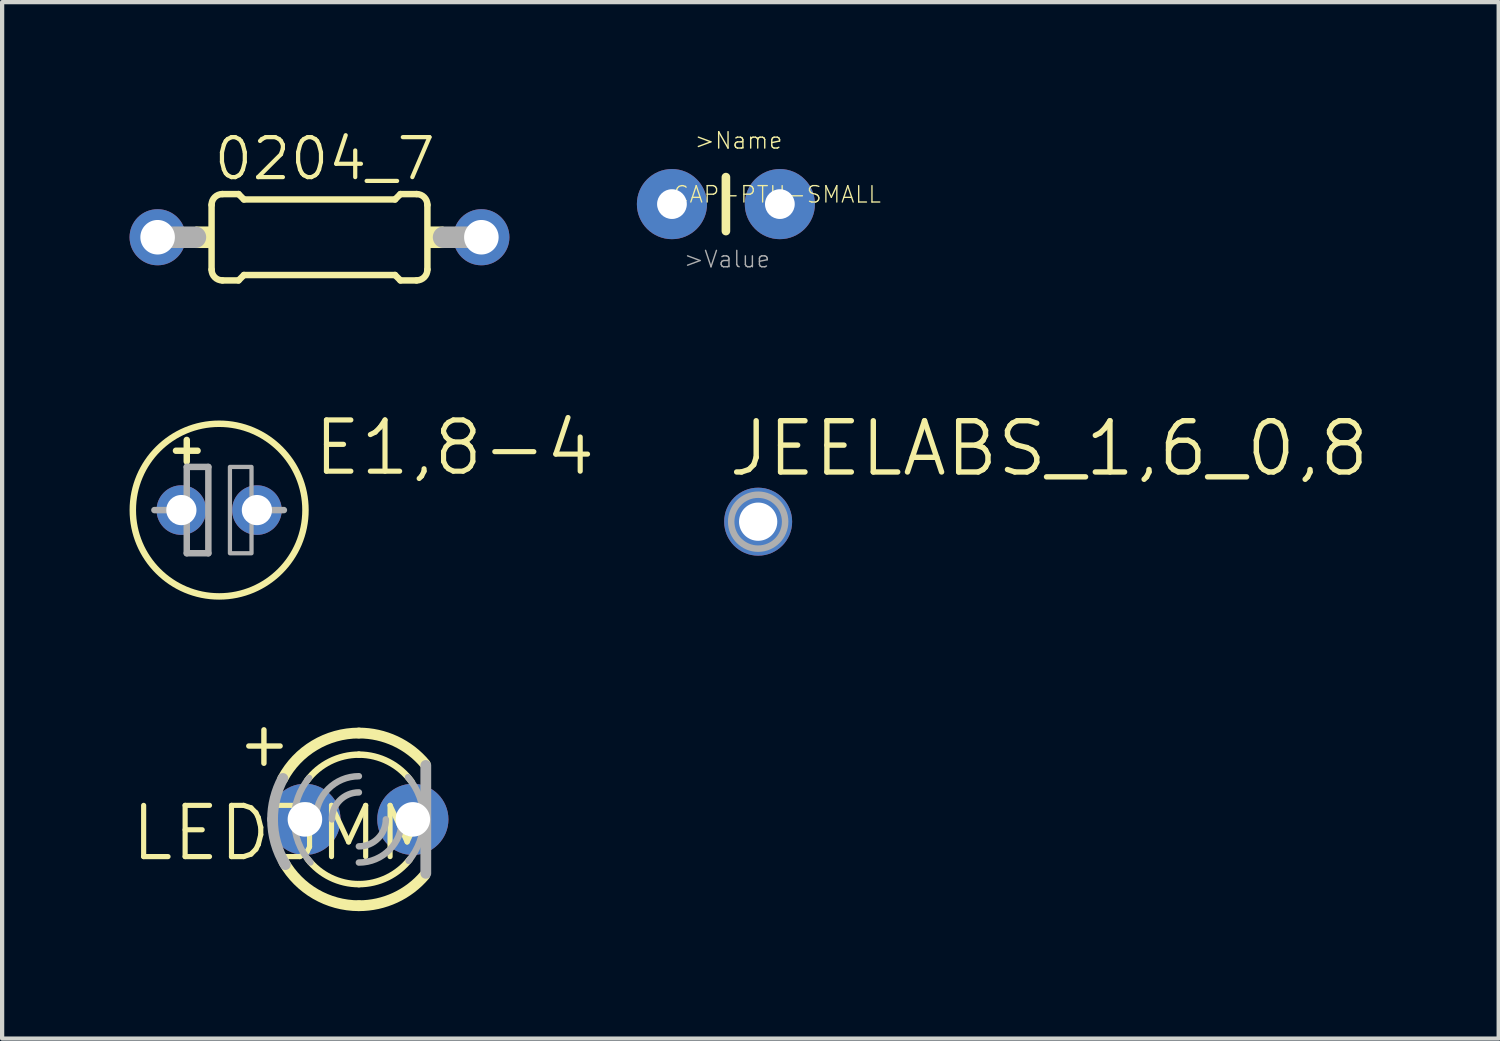
<source format=kicad_pcb>
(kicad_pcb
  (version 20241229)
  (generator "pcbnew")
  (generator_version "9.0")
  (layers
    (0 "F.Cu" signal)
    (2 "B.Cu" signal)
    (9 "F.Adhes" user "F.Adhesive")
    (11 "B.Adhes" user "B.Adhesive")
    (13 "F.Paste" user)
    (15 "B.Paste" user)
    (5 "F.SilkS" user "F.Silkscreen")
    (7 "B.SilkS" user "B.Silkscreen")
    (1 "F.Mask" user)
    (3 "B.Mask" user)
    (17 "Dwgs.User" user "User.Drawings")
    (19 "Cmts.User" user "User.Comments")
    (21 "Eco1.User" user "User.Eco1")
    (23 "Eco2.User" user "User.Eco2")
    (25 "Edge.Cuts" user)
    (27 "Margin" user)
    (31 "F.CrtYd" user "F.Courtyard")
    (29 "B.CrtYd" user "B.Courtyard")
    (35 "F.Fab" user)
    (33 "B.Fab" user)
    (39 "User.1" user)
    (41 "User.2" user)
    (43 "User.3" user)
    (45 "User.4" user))
  (footprint "LED3MM"
    (layer "F.Cu")
    (at 5.397 16.236)
    (property "Reference" "LED3MM" (at 1.905 -0.381 180) (layer "F.SilkS") (effects (font (size 1.206 1.206) (thickness 0.121)) (justify right top)))
    (attr through_hole)
    (fp_line (start -2.591 -1.727) (end -1.854 -1.727) (stroke (width 0.127) (type solid)) (layer "F.SilkS"))
    (fp_line (start -2.235 -1.321) (end -2.235 -2.108) (stroke (width 0.127) (type solid)) (layer "F.SilkS"))
    (fp_arc (start -1.7929 -0.9562) (mid -1.045438 -1.7424) (end 0 -2.032) (stroke (width 0.254) (type solid)) (layer "F.SilkS"))
    (fp_arc (start -1.2192 -0.9144) (mid -0.681554 -1.363107) (end 0 -1.524) (stroke (width 0.1524) (type solid)) (layer "F.SilkS"))
    (fp_arc (start 0 -2.032) (mid 0.861864 -1.840173) (end 1.561 -1.3009) (stroke (width 0.254) (type solid)) (layer "F.SilkS"))
    (fp_arc (start 0 -1.524) (mid 0.697339 -1.355082) (end 1.2401 -0.885801) (stroke (width 0.1524) (type solid)) (layer "F.SilkS"))
    (fp_arc (start 0 1.524) (mid -0.669593 1.369018) (end -1.203 0.9356) (stroke (width 0.1524) (type solid)) (layer "F.SilkS"))
    (fp_arc (start 0 2.032) (mid -1.019924 1.757525) (end -1.7643 1.0082) (stroke (width 0.254) (type solid)) (layer "F.SilkS"))
    (fp_arc (start 1.203 0.9356) (mid 0.669593 1.369018) (end 0 1.524) (stroke (width 0.1524) (type solid)) (layer "F.SilkS"))
    (fp_arc (start 1.5512 1.3126) (mid 0.854953 1.843405) (end 0 2.032) (stroke (width 0.254) (type solid)) (layer "F.SilkS"))
    (fp_line (start 1.575 1.27) (end 1.575 -1.27) (stroke (width 0.254) (type solid)) (layer "F.Fab"))
    (fp_arc (start -2.032 0) (mid -1.970339 -0.496775) (end -1.7891 -0.9634) (stroke (width 0.254) (type solid)) (layer "F.Fab"))
    (fp_arc (start -1.7306 1.065) (mid -1.95521 0.553417) (end -2.032 0) (stroke (width 0.254) (type solid)) (layer "F.Fab"))
    (fp_arc (start -1.524 0) (mid -1.432981 -0.518783) (end -1.1708 -0.9756) (stroke (width 0.1524) (type solid)) (layer "F.Fab"))
    (fp_arc (start -1.1391 1.0125) (mid -1.42454 0.5416) (end -1.524 0) (stroke (width 0.1524) (type solid)) (layer "F.Fab"))
    (fp_arc (start -1.016 0) (mid -0.71842 -0.71842) (end 0 -1.016) (stroke (width 0.1524) (type solid)) (layer "F.Fab"))
    (fp_arc (start -0.635 0) (mid -0.449013 -0.449013) (end 0 -0.635) (stroke (width 0.1524) (type solid)) (layer "F.Fab"))
    (fp_arc (start 0.635 0) (mid 0.449013 0.449013) (end 0 0.635) (stroke (width 0.1524) (type solid)) (layer "F.Fab"))
    (fp_arc (start 1.016 0) (mid 0.71842 0.71842) (end 0 1.016) (stroke (width 0.1524) (type solid)) (layer "F.Fab"))
    (fp_arc (start 1.1571 -0.9918) (mid 1.429332 -0.528744) (end 1.524 0) (stroke (width 0.1524) (type solid)) (layer "F.Fab"))
    (fp_arc (start 1.524 0) (mid 1.432981 0.518783) (end 1.1708 0.9756) (stroke (width 0.1524) (type solid)) (layer "F.Fab"))
    (pad "A" thru_hole circle (at -1.27 0) (size 1.676 1.676) (drill 0.813) (layers "*.Cu" "*.Mask"))
    (pad "K" thru_hole circle (at 1.27 0) (size 1.676 1.676) (drill 0.813) (layers "*.Cu" "*.Mask")))
  (footprint "JEELABS_1,6_0,8"
    (layer "F.Cu")
    (at 14.795 9.229)
    (property "Reference" "JEELABS_1,6_0,8" (at -0.762 -1.016 0) (layer "F.SilkS") (effects (font (size 1.206 1.206) (thickness 0.127)) (justify left bottom)))
    (attr through_hole)
    (fp_circle (center 0 0) (end 0.635 0) (stroke (width 0.152) (type solid)) (fill no) (layer "F.Fab"))
    (pad "1" thru_hole circle (at 0 0) (size 1.6 1.6) (drill 0.9) (layers "*.Cu" "*.Mask")))
  (footprint "0204_7"
    (layer "F.Cu")
    (at 4.47 2.534)
    (property "Reference" "0204_7" (at -2.54 -1.295 0) (layer "F.SilkS") (effects (font (size 0.941 0.941) (thickness 0.099)) (justify left bottom)))
    (attr through_hole)
    (fp_line (start -2.54 0.762) (end -2.54 -0.762) (stroke (width 0.152) (type solid)) (layer "F.SilkS"))
    (fp_line (start -2.286 -1.016) (end -1.905 -1.016) (stroke (width 0.152) (type solid)) (layer "F.SilkS"))
    (fp_line (start -2.286 1.016) (end -1.905 1.016) (stroke (width 0.152) (type solid)) (layer "F.SilkS"))
    (fp_line (start -1.778 -0.889) (end -1.905 -1.016) (stroke (width 0.152) (type solid)) (layer "F.SilkS"))
    (fp_line (start -1.778 0.889) (end -1.905 1.016) (stroke (width 0.152) (type solid)) (layer "F.SilkS"))
    (fp_line (start 1.778 -0.889) (end -1.778 -0.889) (stroke (width 0.152) (type solid)) (layer "F.SilkS"))
    (fp_line (start 1.778 -0.889) (end 1.905 -1.016) (stroke (width 0.152) (type solid)) (layer "F.SilkS"))
    (fp_line (start 1.778 0.889) (end -1.778 0.889) (stroke (width 0.152) (type solid)) (layer "F.SilkS"))
    (fp_line (start 1.778 0.889) (end 1.905 1.016) (stroke (width 0.152) (type solid)) (layer "F.SilkS"))
    (fp_line (start 2.286 -1.016) (end 1.905 -1.016) (stroke (width 0.152) (type solid)) (layer "F.SilkS"))
    (fp_line (start 2.286 1.016) (end 1.905 1.016) (stroke (width 0.152) (type solid)) (layer "F.SilkS"))
    (fp_line (start 2.54 0.762) (end 2.54 -0.762) (stroke (width 0.152) (type solid)) (layer "F.SilkS"))
    (fp_arc (start -2.54 -0.762) (mid -2.465605 -0.941605) (end -2.286 -1.016) (stroke (width 0.1524) (type solid)) (layer "F.SilkS"))
    (fp_arc (start -2.286 1.016) (mid -2.465605 0.941605) (end -2.54 0.762) (stroke (width 0.1524) (type solid)) (layer "F.SilkS"))
    (fp_arc (start 2.286 -1.016) (mid 2.465605 -0.941605) (end 2.54 -0.762) (stroke (width 0.1524) (type solid)) (layer "F.SilkS"))
    (fp_arc (start 2.54 0.762) (mid 2.465605 0.941605) (end 2.286 1.016) (stroke (width 0.1524) (type solid)) (layer "F.SilkS"))
    (fp_poly (pts (xy -2.921 0.254) (xy -2.54 0.254) (xy -2.54 -0.254) (xy -2.921 -0.254)) (stroke (width 0) (type solid)) (fill yes) (layer "F.SilkS"))
    (fp_poly (pts (xy 2.54 0.254) (xy 2.921 0.254) (xy 2.921 -0.254) (xy 2.54 -0.254)) (stroke (width 0) (type solid)) (fill yes) (layer "F.SilkS"))
    (fp_line (start -3.81 0) (end -2.921 0) (stroke (width 0.508) (type solid)) (layer "F.Fab"))
    (fp_line (start 3.81 0) (end 2.921 0) (stroke (width 0.508) (type solid)) (layer "F.Fab"))
    (pad "1" thru_hole circle (at -3.81 0) (size 1.321 1.321) (drill 0.813) (layers "*.Cu" "*.Mask"))
    (pad "2" thru_hole circle (at 3.81 0) (size 1.321 1.321) (drill 0.813) (layers "*.Cu" "*.Mask")))
  (footprint "E1,8-4"
    (layer "F.Cu")
    (at 2.108 8.956)
    (property "Reference" "E1,8-4" (at 2.159 -0.762 0) (layer "F.SilkS") (effects (font (size 1.206 1.206) (thickness 0.121)) (justify left bottom)))
    (attr through_hole)
    (fp_line (start -1.016 -1.397) (end -0.508 -1.397) (stroke (width 0.152) (type solid)) (layer "F.SilkS"))
    (fp_line (start -0.762 -1.143) (end -0.762 -1.651) (stroke (width 0.152) (type solid)) (layer "F.SilkS"))
    (fp_circle (center 0 0) (end 2.032 0) (stroke (width 0.152) (type solid)) (fill no) (layer "F.SilkS"))
    (fp_line (start -1.524 0) (end -0.762 0) (stroke (width 0.152) (type solid)) (layer "F.Fab"))
    (fp_line (start -0.762 -1.016) (end -0.762 0) (stroke (width 0.152) (type solid)) (layer "F.Fab"))
    (fp_line (start -0.762 0) (end -0.762 1.016) (stroke (width 0.152) (type solid)) (layer "F.Fab"))
    (fp_line (start -0.762 1.016) (end -0.254 1.016) (stroke (width 0.152) (type solid)) (layer "F.Fab"))
    (fp_line (start -0.254 -1.016) (end -0.762 -1.016) (stroke (width 0.152) (type solid)) (layer "F.Fab"))
    (fp_line (start -0.254 1.016) (end -0.254 -1.016) (stroke (width 0.152) (type solid)) (layer "F.Fab"))
    (fp_line (start 0.635 0) (end 1.524 0) (stroke (width 0.152) (type solid)) (layer "F.Fab"))
    (fp_poly (pts (xy 0.254 1.016) (xy 0.762 1.016) (xy 0.762 -1.016) (xy 0.254 -1.016)) (stroke (width 0.1) (type solid)) (fill no) (layer "F.Fab"))
    (pad "+" thru_hole circle (at -0.889 0) (size 1.168 1.168) (drill 0.711) (layers "*.Cu" "*.Mask"))
    (pad "-" thru_hole circle (at 0.889 0) (size 1.168 1.168) (drill 0.711) (layers "*.Cu" "*.Mask")))
  (footprint "CAP-PTH-SMALL"
    (layer "F.Cu")
    (at 12.766 1.754)
    (property "Reference" "CAP-PTH-SMALL" (at 0 0 0) (layer "F.SilkS") (effects (font (size 0.386 0.386) (thickness 0.031)) (justify left bottom)))
    (attr through_hole)
    (fp_line (start 1.27 -0.635) (end 1.27 0.635) (stroke (width 0.203) (type solid)) (layer "F.SilkS"))
    (fp_text user ">Name" (at 0.508 -1.27 0) (layer "F.SilkS") (effects (font (size 0.386 0.386) (thickness 0.033)) (justify left bottom)))
    (fp_text user ">Value" (at 0.254 1.524 0) (layer "F.Fab") (effects (font (size 0.386 0.386) (thickness 0.033)) (justify left bottom)))
    (pad "1" thru_hole circle (at 0 0) (size 1.651 1.651) (drill 0.7) (layers "*.Cu" "*.Mask"))
    (pad "2" thru_hole circle (at 2.54 0) (size 1.651 1.651) (drill 0.7) (layers "*.Cu" "*.Mask")))
  (gr_rect
    (start -3 -3)
    (end 32.225 21.395)
    (stroke (width 0.1) (type default))
    (fill no)
    (layer "Edge.Cuts")))
</source>
